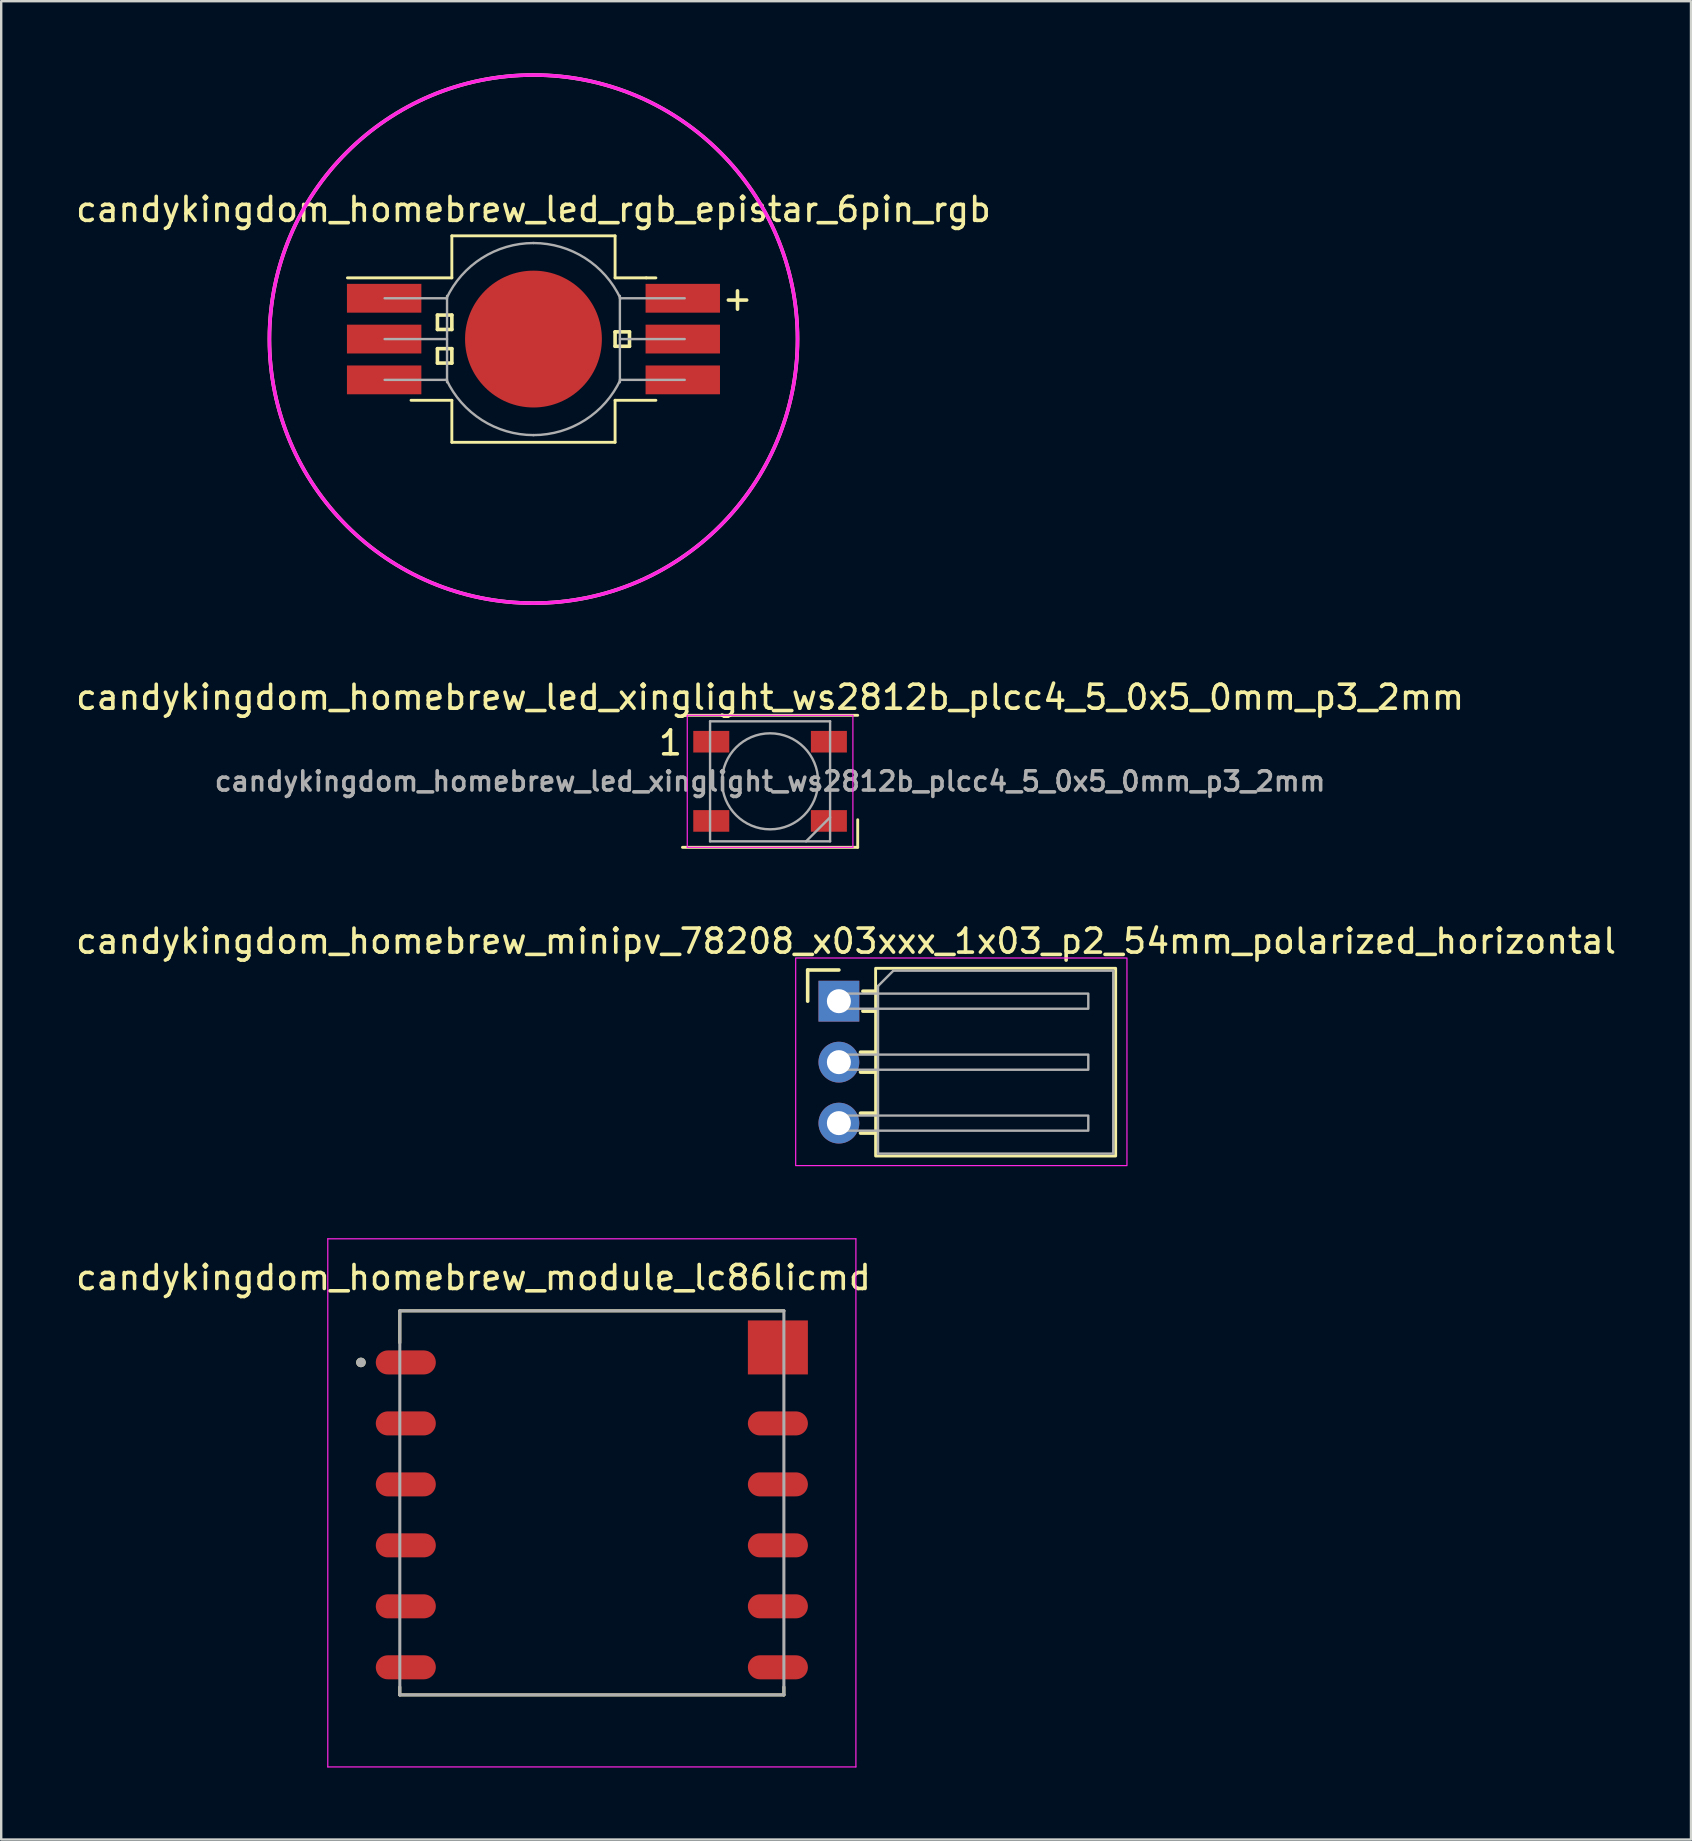
<source format=kicad_pcb>
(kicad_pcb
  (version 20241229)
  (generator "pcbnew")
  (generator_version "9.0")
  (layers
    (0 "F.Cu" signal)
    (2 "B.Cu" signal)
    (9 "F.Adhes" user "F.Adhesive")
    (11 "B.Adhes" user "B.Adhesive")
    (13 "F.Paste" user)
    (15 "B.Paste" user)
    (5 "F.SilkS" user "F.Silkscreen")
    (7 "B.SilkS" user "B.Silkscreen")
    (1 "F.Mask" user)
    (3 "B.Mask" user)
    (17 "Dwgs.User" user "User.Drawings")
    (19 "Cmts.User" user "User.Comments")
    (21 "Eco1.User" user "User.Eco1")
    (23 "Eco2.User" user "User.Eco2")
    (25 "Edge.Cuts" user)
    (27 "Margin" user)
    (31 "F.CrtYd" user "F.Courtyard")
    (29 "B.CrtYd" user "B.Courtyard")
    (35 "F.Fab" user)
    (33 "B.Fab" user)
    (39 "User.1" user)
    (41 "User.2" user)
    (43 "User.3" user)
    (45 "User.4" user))
  (footprint "candykingdom_homebrew_led_rgb_epistar_6pin_rgb"
    (layer "F.Cu")
    (at 19.173 11.075)
    (property "Reference" "candykingdom_homebrew_led_rgb_epistar_6pin_rgb" (at 0 -5.4 0) (layer "F.SilkS") (effects (font (size 1 1) (thickness 0.15))))
    (attr smd)
    (fp_line (start -7.75 -2.55) (end -3.4 -2.55) (stroke (width 0.12) (type solid)) (layer "F.SilkS"))
    (fp_line (start -5.1 2.55) (end -3.4 2.55) (stroke (width 0.12) (type solid)) (layer "F.SilkS"))
    (fp_line (start -4 -1) (end -4 -0.4) (stroke (width 0.15) (type solid)) (layer "F.SilkS"))
    (fp_line (start -4 -0.4) (end -3.4 -0.4) (stroke (width 0.15) (type solid)) (layer "F.SilkS"))
    (fp_line (start -4 0.4) (end -4 1) (stroke (width 0.15) (type solid)) (layer "F.SilkS"))
    (fp_line (start -4 1) (end -3.4 1) (stroke (width 0.15) (type solid)) (layer "F.SilkS"))
    (fp_line (start -3.4 -4.3) (end -3.4 -2.55) (stroke (width 0.12) (type solid)) (layer "F.SilkS"))
    (fp_line (start -3.4 -1) (end -4 -1) (stroke (width 0.15) (type solid)) (layer "F.SilkS"))
    (fp_line (start -3.4 -0.4) (end -3.4 -1) (stroke (width 0.15) (type solid)) (layer "F.SilkS"))
    (fp_line (start -3.4 0.4) (end -4 0.4) (stroke (width 0.15) (type solid)) (layer "F.SilkS"))
    (fp_line (start -3.4 1) (end -3.4 0.4) (stroke (width 0.15) (type solid)) (layer "F.SilkS"))
    (fp_line (start -3.4 2.55) (end -3.4 4.3) (stroke (width 0.12) (type solid)) (layer "F.SilkS"))
    (fp_line (start 3.4 -4.3) (end -3.4 -4.3) (stroke (width 0.12) (type solid)) (layer "F.SilkS"))
    (fp_line (start 3.4 -4.3) (end 3.4 -2.55) (stroke (width 0.12) (type solid)) (layer "F.SilkS"))
    (fp_line (start 3.4 -2.55) (end 4.7 -2.55) (stroke (width 0.12) (type solid)) (layer "F.SilkS"))
    (fp_line (start 3.4 -0.3) (end 3.4 0.3) (stroke (width 0.15) (type solid)) (layer "F.SilkS"))
    (fp_line (start 3.4 0.3) (end 4 0.3) (stroke (width 0.15) (type solid)) (layer "F.SilkS"))
    (fp_line (start 3.4 2.55) (end 3.4 4.3) (stroke (width 0.12) (type solid)) (layer "F.SilkS"))
    (fp_line (start 3.4 4.3) (end -3.4 4.3) (stroke (width 0.12) (type solid)) (layer "F.SilkS"))
    (fp_line (start 4 -0.3) (end 3.4 -0.3) (stroke (width 0.15) (type solid)) (layer "F.SilkS"))
    (fp_line (start 4 0.3) (end 4 -0.3) (stroke (width 0.15) (type solid)) (layer "F.SilkS"))
    (fp_line (start 4.7 -2.55) (end 5.1 -2.55) (stroke (width 0.12) (type solid)) (layer "F.SilkS"))
    (fp_line (start 5.1 2.55) (end 3.4 2.55) (stroke (width 0.12) (type solid)) (layer "F.SilkS"))
    (fp_circle (center 0 0) (end 11 0) (stroke (width 0.15) (type solid)) (fill no) (layer "F.SilkS"))
    (fp_circle (center 0 0) (end 11 0) (stroke (width 0.15) (type solid)) (fill no) (layer "F.CrtYd"))
    (fp_line (start -6.2 0) (end -3.6 0) (stroke (width 0.1) (type solid)) (layer "F.Fab"))
    (fp_line (start -3.6 -1.7) (end -6.2 -1.7) (stroke (width 0.1) (type solid)) (layer "F.Fab"))
    (fp_line (start -3.6 1.7) (end -6.2 1.7) (stroke (width 0.1) (type solid)) (layer "F.Fab"))
    (fp_line (start -3.6 1.8) (end -3.6 -1.8) (stroke (width 0.1) (type solid)) (layer "F.Fab"))
    (fp_line (start 3.6 -1.8) (end 3.6 1.8) (stroke (width 0.1) (type solid)) (layer "F.Fab"))
    (fp_line (start 3.6 -1.7) (end 6.3 -1.7) (stroke (width 0.1) (type solid)) (layer "F.Fab"))
    (fp_line (start 3.6 1.7) (end 6.3 1.7) (stroke (width 0.1) (type solid)) (layer "F.Fab"))
    (fp_line (start 6.3 0) (end 3.6 0) (stroke (width 0.1) (type solid)) (layer "F.Fab"))
    (fp_arc (start -3.625231 -1.690473) (mid -2.149198 -3.373566) (end 0 -4) (stroke (width 0.1) (type solid)) (layer "F.Fab"))
    (fp_arc (start 0 -4) (mid 2.149198 -3.373566) (end 3.625231 -1.690473) (stroke (width 0.1) (type solid)) (layer "F.Fab"))
    (fp_arc (start 0 4) (mid -2.149198 3.373566) (end -3.625231 1.690473) (stroke (width 0.1) (type solid)) (layer "F.Fab"))
    (fp_arc (start 3.625231 1.690473) (mid 2.149198 3.373566) (end 0 4) (stroke (width 0.1) (type solid)) (layer "F.Fab"))
    (fp_text user "+" (at 8.5 -1.7 0) (layer "F.SilkS") (effects (font (size 1 1) (thickness 0.15))))
    (pad "1" smd rect (at -6.22 -1.7) (size 3.1 1.2) (layers "F.Cu" "F.Mask" "F.Paste"))
    (pad "2" smd rect (at -6.22 0) (size 3.1 1.2) (layers "F.Cu" "F.Mask" "F.Paste"))
    (pad "3" smd rect (at -6.22 1.7) (size 3.1 1.2) (layers "F.Cu" "F.Mask" "F.Paste"))
    (pad "4" smd circle (at 0 0) (size 5.7 5.7) (layers "F.Cu" "F.Mask" "F.Paste"))
    (pad "4" smd rect (at 6.22 1.7 180) (size 3.1 1.2) (layers "F.Cu" "F.Mask" "F.Paste"))
    (pad "5" smd rect (at 6.22 0 180) (size 3.1 1.2) (layers "F.Cu" "F.Mask" "F.Paste"))
    (pad "6" smd rect (at 6.22 -1.7 180) (size 3.1 1.2) (layers "F.Cu" "F.Mask" "F.Paste")))
  (footprint "candykingdom_homebrew_led_xinglight_ws2812b_plcc4_5_0x5_0mm_p3_2mm"
    (layer "F.Cu")
    (at 29.03 29.498)
    (property "Reference" "candykingdom_homebrew_led_xinglight_ws2812b_plcc4_5_0x5_0mm_p3_2mm" (at 0 -3.5 0) (layer "F.SilkS") (effects (font (size 1 1) (thickness 0.15))))
    (attr smd)
    (fp_line (start -3.65 -2.75) (end 3.65 -2.75) (stroke (width 0.12) (type solid)) (layer "F.SilkS"))
    (fp_line (start -3.65 2.75) (end 3.65 2.75) (stroke (width 0.12) (type solid)) (layer "F.SilkS"))
    (fp_line (start 3.65 2.75) (end 3.65 1.6) (stroke (width 0.12) (type solid)) (layer "F.SilkS"))
    (fp_line (start -3.45 -2.75) (end -3.45 2.75) (stroke (width 0.05) (type solid)) (layer "F.CrtYd"))
    (fp_line (start -3.45 2.75) (end 3.45 2.75) (stroke (width 0.05) (type solid)) (layer "F.CrtYd"))
    (fp_line (start 3.45 -2.75) (end -3.45 -2.75) (stroke (width 0.05) (type solid)) (layer "F.CrtYd"))
    (fp_line (start 3.45 2.75) (end 3.45 -2.75) (stroke (width 0.05) (type solid)) (layer "F.CrtYd"))
    (fp_line (start -2.5 -2.5) (end -2.5 2.5) (stroke (width 0.1) (type solid)) (layer "F.Fab"))
    (fp_line (start -2.5 2.5) (end 2.5 2.5) (stroke (width 0.1) (type solid)) (layer "F.Fab"))
    (fp_line (start 2.5 -2.5) (end -2.5 -2.5) (stroke (width 0.1) (type solid)) (layer "F.Fab"))
    (fp_line (start 2.5 1.5) (end 1.5 2.5) (stroke (width 0.1) (type solid)) (layer "F.Fab"))
    (fp_line (start 2.5 2.5) (end 2.5 -2.5) (stroke (width 0.1) (type solid)) (layer "F.Fab"))
    (fp_circle (center 0 0) (end 0 -2) (stroke (width 0.1) (type solid)) (fill no) (layer "F.Fab"))
    (fp_text user "1" (at -4.15 -1.6 0) (layer "F.SilkS") (effects (font (size 1 1) (thickness 0.15))))
    (fp_text user "${REFERENCE}" (at 0 0 0) (layer "F.Fab") (effects (font (size 0.8 0.8) (thickness 0.15))))
    (pad "1" smd rect (at -2.45 -1.65) (size 1.5 0.9) (layers "F.Cu" "F.Mask" "F.Paste"))
    (pad "2" smd rect (at -2.45 1.65) (size 1.5 0.9) (layers "F.Cu" "F.Mask" "F.Paste"))
    (pad "3" smd rect (at 2.45 1.65) (size 1.5 0.9) (layers "F.Cu" "F.Mask" "F.Paste"))
    (pad "4" smd rect (at 2.45 -1.65) (size 1.5 0.9) (layers "F.Cu" "F.Mask" "F.Paste")))
  (footprint "candykingdom_homebrew_module_lc86licmd"
    (layer "F.Cu")
    (at 21.605 59.556)
    (property "Reference" "candykingdom_homebrew_module_lc86licmd" (at -4.932 -9.385 0) (layer "F.SilkS") (effects (font (size 1 1) (thickness 0.15))))
    (attr smd)
    (fp_line (start -8 -8) (end -8 -6.67) (stroke (width 0.127) (type solid)) (layer "F.SilkS"))
    (fp_line (start -8 8) (end -8 7.67) (stroke (width 0.127) (type solid)) (layer "F.SilkS"))
    (fp_line (start -8 8) (end 8 8) (stroke (width 0.127) (type solid)) (layer "F.SilkS"))
    (fp_line (start 8 -8) (end -8 -8) (stroke (width 0.127) (type solid)) (layer "F.SilkS"))
    (fp_line (start 8 8) (end 8 7.67) (stroke (width 0.127) (type solid)) (layer "F.SilkS"))
    (fp_circle (center -9.619 -5.85) (end -9.519 -5.85) (stroke (width 0.2) (type solid)) (fill no) (layer "F.SilkS"))
    (fp_line (start -11 -11) (end -11 11) (stroke (width 0.05) (type solid)) (layer "F.CrtYd"))
    (fp_line (start -11 11) (end 11 11) (stroke (width 0.05) (type solid)) (layer "F.CrtYd"))
    (fp_line (start 11 -11) (end -11 -11) (stroke (width 0.05) (type solid)) (layer "F.CrtYd"))
    (fp_line (start 11 11) (end 11 -11) (stroke (width 0.05) (type solid)) (layer "F.CrtYd"))
    (fp_line (start -8 -8) (end -8 8) (stroke (width 0.127) (type solid)) (layer "F.Fab"))
    (fp_line (start -8 8) (end 8 8) (stroke (width 0.127) (type solid)) (layer "F.Fab"))
    (fp_line (start 8 -8) (end -8 -8) (stroke (width 0.127) (type solid)) (layer "F.Fab"))
    (fp_line (start 8 8) (end 8 -8) (stroke (width 0.127) (type solid)) (layer "F.Fab"))
    (fp_circle (center -9.619 -5.85) (end -9.519 -5.85) (stroke (width 0.2) (type solid)) (fill no) (layer "F.Fab"))
    (pad "1" smd oval (at -7.75 -5.85) (size 2.5 1) (layers "F.Cu" "F.Mask" "F.Paste"))
    (pad "2" smd oval (at -7.75 -3.31) (size 2.5 1) (layers "F.Cu" "F.Mask" "F.Paste"))
    (pad "3" smd oval (at -7.75 -0.77) (size 2.5 1) (layers "F.Cu" "F.Mask" "F.Paste"))
    (pad "4" smd oval (at -7.75 1.77) (size 2.5 1) (layers "F.Cu" "F.Mask" "F.Paste"))
    (pad "5" smd oval (at -7.75 4.31) (size 2.5 1) (layers "F.Cu" "F.Mask" "F.Paste"))
    (pad "6" smd oval (at -7.75 6.85) (size 2.5 1) (layers "F.Cu" "F.Mask" "F.Paste"))
    (pad "7" smd oval (at 7.75 6.85) (size 2.5 1) (layers "F.Cu" "F.Mask" "F.Paste"))
    (pad "8" smd oval (at 7.75 4.31) (size 2.5 1) (layers "F.Cu" "F.Mask" "F.Paste"))
    (pad "9" smd oval (at 7.75 1.77) (size 2.5 1) (layers "F.Cu" "F.Mask" "F.Paste"))
    (pad "10" smd oval (at 7.75 -0.77) (size 2.5 1) (layers "F.Cu" "F.Mask" "F.Paste"))
    (pad "11" smd oval (at 7.75 -3.31) (size 2.5 1) (layers "F.Cu" "F.Mask" "F.Paste"))
    (pad "12" smd rect (at 7.75 -6.475) (size 2.5 2.25) (layers "F.Cu" "F.Mask" "F.Paste"))
    (zone (net_name "") (layer "F.Cu") (hatch full 0.508) (connect_pads) (min_thickness 1.2) (filled_areas_thickness no) (keepout (tracks not_allowed) (vias not_allowed) (pads not_allowed) (copperpour not_allowed) (footprints allowed)) (placement (enabled no)) (fill) (polygon (pts (xy 22.215 59.096) (xy 22.209 59.214) (xy 22.192 59.331) (xy 22.163 59.445) (xy 22.123 59.556) (xy 22.073 59.662) (xy 22.012 59.763) (xy 21.942 59.858) (xy 21.863 59.945) (xy 21.776 60.024) (xy 21.681 60.094) (xy 21.58 60.155) (xy 21.474 60.205) (xy 21.363 60.245) (xy 21.249 60.273) (xy 21.132 60.291) (xy 21.015 60.297) (xy 20.897 60.291) (xy 20.781 60.273) (xy 20.666 60.245) (xy 20.555 60.205) (xy 20.449 60.155) (xy 20.348 60.094) (xy 20.253 60.024) (xy 20.166 59.945) (xy 20.087 59.858) (xy 20.017 59.763) (xy 19.956 59.662) (xy 19.906 59.556) (xy 19.866 59.445) (xy 19.838 59.331) (xy 19.82 59.214) (xy 19.815 59.096) (xy 19.82 58.979) (xy 19.838 58.862) (xy 19.866 58.748) (xy 19.906 58.637) (xy 19.956 58.531) (xy 20.017 58.43) (xy 20.087 58.335) (xy 20.166 58.248) (xy 20.253 58.169) (xy 20.348 58.099) (xy 20.449 58.038) (xy 20.555 57.988) (xy 20.666 57.948) (xy 20.781 57.92) (xy 20.897 57.902) (xy 21.015 57.897) (xy 21.132 57.902) (xy 21.249 57.92) (xy 21.363 57.948) (xy 21.474 57.988) (xy 21.58 58.038) (xy 21.681 58.099) (xy 21.776 58.169) (xy 21.863 58.248) (xy 21.942 58.335) (xy 22.012 58.43) (xy 22.073 58.531) (xy 22.123 58.637) (xy 22.163 58.748) (xy 22.192 58.862) (xy 22.209 58.979))))
    (zone (net_name "") (layers "F.Cu" "B.Cu") (hatch full 0.508) (connect_pads) (min_thickness 1.2) (filled_areas_thickness no) (keepout (tracks allowed) (vias not_allowed) (pads allowed) (copperpour allowed) (footprints allowed)) (placement (enabled no)) (fill) (polygon (pts (xy 22.215 59.096) (xy 22.209 59.214) (xy 22.192 59.331) (xy 22.163 59.445) (xy 22.123 59.556) (xy 22.073 59.662) (xy 22.012 59.763) (xy 21.942 59.858) (xy 21.863 59.945) (xy 21.776 60.024) (xy 21.681 60.094) (xy 21.58 60.155) (xy 21.474 60.205) (xy 21.363 60.245) (xy 21.249 60.273) (xy 21.132 60.291) (xy 21.015 60.297) (xy 20.897 60.291) (xy 20.781 60.273) (xy 20.666 60.245) (xy 20.555 60.205) (xy 20.449 60.155) (xy 20.348 60.094) (xy 20.253 60.024) (xy 20.166 59.945) (xy 20.087 59.858) (xy 20.017 59.763) (xy 19.956 59.662) (xy 19.906 59.556) (xy 19.866 59.445) (xy 19.838 59.331) (xy 19.82 59.214) (xy 19.815 59.096) (xy 19.82 58.979) (xy 19.838 58.862) (xy 19.866 58.748) (xy 19.906 58.637) (xy 19.956 58.531) (xy 20.017 58.43) (xy 20.087 58.335) (xy 20.166 58.248) (xy 20.253 58.169) (xy 20.348 58.099) (xy 20.449 58.038) (xy 20.555 57.988) (xy 20.666 57.948) (xy 20.781 57.92) (xy 20.897 57.902) (xy 21.015 57.897) (xy 21.132 57.902) (xy 21.249 57.92) (xy 21.363 57.948) (xy 21.474 57.988) (xy 21.58 58.038) (xy 21.681 58.099) (xy 21.776 58.169) (xy 21.863 58.248) (xy 21.942 58.335) (xy 22.012 58.43) (xy 22.073 58.531) (xy 22.123 58.637) (xy 22.163 58.748) (xy 22.192 58.862) (xy 22.209 58.979))))
    (zone (net_name "") (layer "B.Cu") (hatch full 0.508) (connect_pads) (min_thickness 1.2) (filled_areas_thickness no) (keepout (tracks not_allowed) (vias not_allowed) (pads not_allowed) (copperpour not_allowed) (footprints allowed)) (placement (enabled no)) (fill) (polygon (pts (xy 22.215 59.096) (xy 22.209 59.214) (xy 22.192 59.331) (xy 22.163 59.445) (xy 22.123 59.556) (xy 22.073 59.662) (xy 22.012 59.763) (xy 21.942 59.858) (xy 21.863 59.945) (xy 21.776 60.024) (xy 21.681 60.094) (xy 21.58 60.155) (xy 21.474 60.205) (xy 21.363 60.245) (xy 21.249 60.273) (xy 21.132 60.291) (xy 21.015 60.297) (xy 20.897 60.291) (xy 20.781 60.273) (xy 20.666 60.245) (xy 20.555 60.205) (xy 20.449 60.155) (xy 20.348 60.094) (xy 20.253 60.024) (xy 20.166 59.945) (xy 20.087 59.858) (xy 20.017 59.763) (xy 19.956 59.662) (xy 19.906 59.556) (xy 19.866 59.445) (xy 19.838 59.331) (xy 19.82 59.214) (xy 19.815 59.096) (xy 19.82 58.979) (xy 19.838 58.862) (xy 19.866 58.748) (xy 19.906 58.637) (xy 19.956 58.531) (xy 20.017 58.43) (xy 20.087 58.335) (xy 20.166 58.248) (xy 20.253 58.169) (xy 20.348 58.099) (xy 20.449 58.038) (xy 20.555 57.988) (xy 20.666 57.948) (xy 20.781 57.92) (xy 20.897 57.902) (xy 21.015 57.897) (xy 21.132 57.902) (xy 21.249 57.92) (xy 21.363 57.948) (xy 21.474 57.988) (xy 21.58 58.038) (xy 21.681 58.099) (xy 21.776 58.169) (xy 21.863 58.248) (xy 21.942 58.335) (xy 22.012 58.43) (xy 22.073 58.531) (xy 22.123 58.637) (xy 22.163 58.748) (xy 22.192 58.862) (xy 22.209 58.979)))))
  (footprint "candykingdom_homebrew_minipv_78208_x03xxx_1x03_p2_54mm_polarized_horizontal"
    (layer "F.Cu")
    (at 31.896 38.657)
    (property "Reference" "candykingdom_homebrew_minipv_78208_x03xxx_1x03_p2_54mm_polarized_horizontal" (at 0.3 -2.5 0) (unlocked yes) (layer "F.SilkS") (effects (font (size 1 1) (thickness 0.15))))
    (attr through_hole)
    (fp_line (start -1.3 -1.3) (end 0 -1.3) (stroke (width 0.15) (type solid)) (layer "F.SilkS"))
    (fp_line (start -1.3 0) (end -1.3 -1.3) (stroke (width 0.15) (type solid)) (layer "F.SilkS"))
    (fp_line (start 1.5 -0.415) (end 1 -0.415) (stroke (width 0.15) (type solid)) (layer "F.SilkS"))
    (fp_line (start 1.5 0.415) (end 1 0.415) (stroke (width 0.15) (type solid)) (layer "F.SilkS"))
    (fp_line (start 1.5 2.125) (end 0.9 2.125) (stroke (width 0.15) (type solid)) (layer "F.SilkS"))
    (fp_line (start 1.5 2.955) (end 0.9 2.955) (stroke (width 0.15) (type solid)) (layer "F.SilkS"))
    (fp_line (start 1.5 4.665) (end 0.9 4.665) (stroke (width 0.15) (type solid)) (layer "F.SilkS"))
    (fp_line (start 1.5 5.495) (end 0.9 5.495) (stroke (width 0.15) (type solid)) (layer "F.SilkS"))
    (fp_rect (start 1.53 -1.37) (end 11.53 6.45) (stroke (width 0.12) (type solid)) (fill no) (layer "F.SilkS"))
    (fp_rect (start -1.8 -1.8) (end 12 6.85) (stroke (width 0.05) (type solid)) (fill no) (layer "F.CrtYd"))
    (fp_line (start 1.63 -0.63) (end 1.63 6.35) (stroke (width 0.1) (type solid)) (layer "F.Fab"))
    (fp_line (start 1.63 -0.63) (end 2.27 -1.27) (stroke (width 0.1) (type solid)) (layer "F.Fab"))
    (fp_line (start 11.43 -1.27) (end 2.27 -1.27) (stroke (width 0.1) (type solid)) (layer "F.Fab"))
    (fp_line (start 11.43 -1.27) (end 11.43 6.35) (stroke (width 0.1) (type solid)) (layer "F.Fab"))
    (fp_line (start 11.43 6.35) (end 1.63 6.35) (stroke (width 0.1) (type solid)) (layer "F.Fab"))
    (fp_rect (start -0.32 -0.315) (end 10.39 0.315) (stroke (width 0.1) (type solid)) (fill no) (layer "F.Fab"))
    (fp_rect (start -0.32 2.225) (end 10.39 2.855) (stroke (width 0.1) (type solid)) (fill no) (layer "F.Fab"))
    (fp_rect (start -0.32 4.765) (end 10.39 5.395) (stroke (width 0.1) (type solid)) (fill no) (layer "F.Fab"))
    (pad "1" thru_hole rect (at 0 0) (size 1.7 1.7) (drill 1) (layers "*.Cu" "*.Mask"))
    (pad "2" thru_hole circle (at 0 2.54) (size 1.7 1.7) (drill 1) (layers "*.Cu" "*.Mask"))
    (pad "3" thru_hole circle (at 0 5.08) (size 1.7 1.7) (drill 1) (layers "*.Cu" "*.Mask")))
  (gr_rect
    (start -3 -3)
    (end 67.393 73.582)
    (stroke (width 0.1) (type default))
    (fill no)
    (layer "Edge.Cuts")))
</source>
